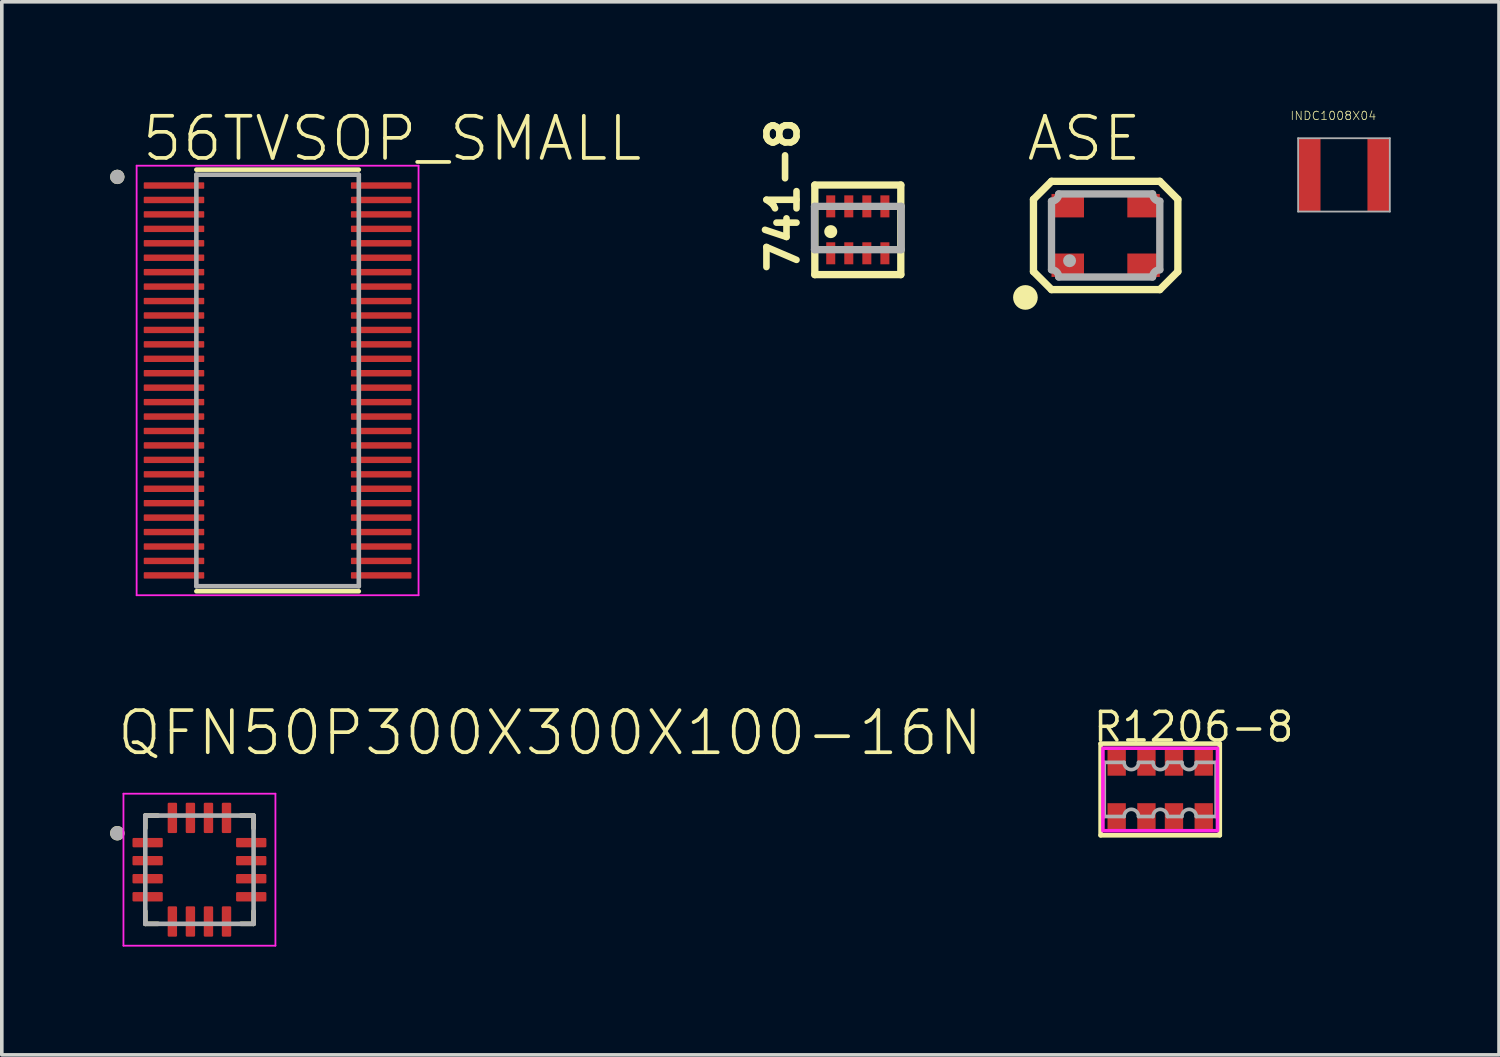
<source format=kicad_pcb>
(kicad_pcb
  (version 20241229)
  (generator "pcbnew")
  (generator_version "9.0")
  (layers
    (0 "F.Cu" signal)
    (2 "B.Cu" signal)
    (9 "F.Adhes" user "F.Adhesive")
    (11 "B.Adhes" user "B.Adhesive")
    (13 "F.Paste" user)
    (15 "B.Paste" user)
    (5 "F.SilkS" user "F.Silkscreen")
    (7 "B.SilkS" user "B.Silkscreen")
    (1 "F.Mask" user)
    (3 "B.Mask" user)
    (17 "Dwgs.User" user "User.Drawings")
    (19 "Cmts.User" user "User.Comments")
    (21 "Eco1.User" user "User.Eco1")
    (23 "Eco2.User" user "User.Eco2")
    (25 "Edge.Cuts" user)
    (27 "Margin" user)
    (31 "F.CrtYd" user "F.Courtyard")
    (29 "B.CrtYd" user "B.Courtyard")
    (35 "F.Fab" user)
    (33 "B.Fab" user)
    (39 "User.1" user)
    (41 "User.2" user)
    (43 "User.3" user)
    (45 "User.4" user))
  (footprint "R1206-8"
    (layer "F.Cu")
    (at 29.091 18.82)
    (property "Reference" "R1206-8" (at -1.905 -1.27 0) (unlocked yes) (layer "F.SilkS") (effects (font (size 0.791 0.791) (thickness 0.098)) (justify left bottom)))
    (fp_line (start -1.651 -1.27) (end 1.651 -1.27) (stroke (width 0.127) (type solid)) (layer "F.SilkS"))
    (fp_line (start -1.651 1.27) (end -1.651 -1.27) (stroke (width 0.127) (type solid)) (layer "F.SilkS"))
    (fp_line (start 1.651 -1.27) (end 1.651 1.27) (stroke (width 0.127) (type solid)) (layer "F.SilkS"))
    (fp_line (start 1.651 1.27) (end -1.651 1.27) (stroke (width 0.127) (type solid)) (layer "F.SilkS"))
    (fp_poly (pts (xy -1.587 1.143) (xy 1.587 1.143) (xy 1.587 -1.143) (xy -1.587 -1.143)) (stroke (width 0.1) (type default)) (fill no) (layer "F.CrtYd"))
    (fp_line (start -1.55 -0.75) (end -1 -0.75) (stroke (width 0.102) (type solid)) (layer "F.Fab"))
    (fp_line (start -1.55 0.75) (end -1.55 -0.75) (stroke (width 0.102) (type solid)) (layer "F.Fab"))
    (fp_line (start -1 0.75) (end -1.55 0.75) (stroke (width 0.102) (type solid)) (layer "F.Fab"))
    (fp_line (start -0.6 -0.75) (end -0.2 -0.75) (stroke (width 0.102) (type solid)) (layer "F.Fab"))
    (fp_line (start -0.2 0.75) (end -0.6 0.75) (stroke (width 0.102) (type solid)) (layer "F.Fab"))
    (fp_line (start 0.2 -0.75) (end 0.6 -0.75) (stroke (width 0.102) (type solid)) (layer "F.Fab"))
    (fp_line (start 0.6 0.75) (end 0.2 0.75) (stroke (width 0.102) (type solid)) (layer "F.Fab"))
    (fp_line (start 1 -0.75) (end 1.55 -0.75) (stroke (width 0.102) (type solid)) (layer "F.Fab"))
    (fp_line (start 1.55 -0.75) (end 1.55 0.75) (stroke (width 0.102) (type solid)) (layer "F.Fab"))
    (fp_line (start 1.55 0.75) (end 1 0.75) (stroke (width 0.102) (type solid)) (layer "F.Fab"))
    (fp_arc (start -1 0.75) (mid -0.8 0.55) (end -0.6 0.75) (stroke (width 0.1016) (type solid)) (layer "F.Fab"))
    (fp_arc (start -0.6 -0.75) (mid -0.8 -0.55) (end -1 -0.75) (stroke (width 0.1016) (type solid)) (layer "F.Fab"))
    (fp_arc (start -0.2 0.75) (mid 0 0.55) (end 0.2 0.75) (stroke (width 0.1016) (type solid)) (layer "F.Fab"))
    (fp_arc (start 0.2 -0.75) (mid 0 -0.55) (end -0.2 -0.75) (stroke (width 0.1016) (type solid)) (layer "F.Fab"))
    (fp_arc (start 0.6 0.75) (mid 0.8 0.55) (end 1 0.75) (stroke (width 0.1016) (type solid)) (layer "F.Fab"))
    (fp_arc (start 1 -0.75) (mid 0.8 -0.55) (end 0.6 -0.75) (stroke (width 0.1016) (type solid)) (layer "F.Fab"))
    (pad "1" smd rect (at -1.206 0.762) (size 0.508 0.762) (layers "F.Cu" "F.Mask" "F.Paste"))
    (pad "2" smd rect (at -0.381 0.762) (size 0.508 0.762) (layers "F.Cu" "F.Mask" "F.Paste"))
    (pad "3" smd rect (at 0.381 0.762) (size 0.508 0.762) (layers "F.Cu" "F.Mask" "F.Paste"))
    (pad "4" smd rect (at 1.206 0.762) (size 0.508 0.762) (layers "F.Cu" "F.Mask" "F.Paste"))
    (pad "5" smd rect (at 1.206 -0.762) (size 0.508 0.762) (layers "F.Cu" "F.Mask" "F.Paste"))
    (pad "6" smd rect (at 0.381 -0.762) (size 0.508 0.762) (layers "F.Cu" "F.Mask" "F.Paste"))
    (pad "7" smd rect (at -0.381 -0.762) (size 0.508 0.762) (layers "F.Cu" "F.Mask" "F.Paste"))
    (pad "8" smd rect (at -1.206 -0.762) (size 0.508 0.762) (layers "F.Cu" "F.Mask" "F.Paste")))
  (footprint "56TVSOP_SMALL"
    (layer "F.Cu")
    (at 4.64 7.49)
    (property "Reference" "56TVSOP_SMALL" (at -3.82 -6.017 0) (unlocked yes) (layer "F.SilkS") (effects (font (size 1.168 1.168) (thickness 0.102)) (justify left bottom)))
    (fp_line (start -2.25 -5.84) (end 2.25 -5.84) (stroke (width 0.127) (type solid)) (layer "F.SilkS"))
    (fp_line (start -2.25 5.84) (end 2.25 5.84) (stroke (width 0.127) (type solid)) (layer "F.SilkS"))
    (fp_circle (center -4.44 -5.64) (end -4.34 -5.64) (stroke (width 0.2) (type solid)) (fill no) (layer "F.SilkS"))
    (fp_line (start -3.905 -5.95) (end -3.905 5.95) (stroke (width 0.05) (type solid)) (layer "F.CrtYd"))
    (fp_line (start -3.905 -5.95) (end 3.905 -5.95) (stroke (width 0.05) (type solid)) (layer "F.CrtYd"))
    (fp_line (start -3.905 5.95) (end 3.905 5.95) (stroke (width 0.05) (type solid)) (layer "F.CrtYd"))
    (fp_line (start 3.905 -5.95) (end 3.905 5.95) (stroke (width 0.05) (type solid)) (layer "F.CrtYd"))
    (fp_line (start -2.25 -5.7) (end -2.25 5.7) (stroke (width 0.127) (type solid)) (layer "F.Fab"))
    (fp_line (start -2.25 -5.7) (end 2.25 -5.7) (stroke (width 0.127) (type solid)) (layer "F.Fab"))
    (fp_line (start -2.25 5.7) (end 2.25 5.7) (stroke (width 0.127) (type solid)) (layer "F.Fab"))
    (fp_line (start 2.25 -5.7) (end 2.25 5.7) (stroke (width 0.127) (type solid)) (layer "F.Fab"))
    (fp_circle (center -4.44 -5.64) (end -4.34 -5.64) (stroke (width 0.2) (type solid)) (fill no) (layer "F.Fab"))
    (pad "1" smd roundrect (at -2.87 -5.4) (size 1.676 0.178) (layers "F.Cu" "F.Mask" "F.Paste") (roundrect_rratio 0.125))
    (pad "2" smd roundrect (at -2.87 -5) (size 1.676 0.178) (layers "F.Cu" "F.Mask" "F.Paste") (roundrect_rratio 0.125))
    (pad "3" smd roundrect (at -2.87 -4.6) (size 1.676 0.178) (layers "F.Cu" "F.Mask" "F.Paste") (roundrect_rratio 0.125))
    (pad "4" smd roundrect (at -2.87 -4.2) (size 1.676 0.178) (layers "F.Cu" "F.Mask" "F.Paste") (roundrect_rratio 0.125))
    (pad "5" smd roundrect (at -2.87 -3.8) (size 1.676 0.178) (layers "F.Cu" "F.Mask" "F.Paste") (roundrect_rratio 0.125))
    (pad "6" smd roundrect (at -2.87 -3.4) (size 1.676 0.178) (layers "F.Cu" "F.Mask" "F.Paste") (roundrect_rratio 0.125))
    (pad "7" smd roundrect (at -2.87 -3) (size 1.676 0.178) (layers "F.Cu" "F.Mask" "F.Paste") (roundrect_rratio 0.125))
    (pad "8" smd roundrect (at -2.87 -2.6) (size 1.676 0.178) (layers "F.Cu" "F.Mask" "F.Paste") (roundrect_rratio 0.125))
    (pad "9" smd roundrect (at -2.87 -2.2) (size 1.676 0.178) (layers "F.Cu" "F.Mask" "F.Paste") (roundrect_rratio 0.125))
    (pad "10" smd roundrect (at -2.87 -1.8) (size 1.676 0.178) (layers "F.Cu" "F.Mask" "F.Paste") (roundrect_rratio 0.125))
    (pad "11" smd roundrect (at -2.87 -1.4) (size 1.676 0.178) (layers "F.Cu" "F.Mask" "F.Paste") (roundrect_rratio 0.125))
    (pad "12" smd roundrect (at -2.87 -1) (size 1.676 0.178) (layers "F.Cu" "F.Mask" "F.Paste") (roundrect_rratio 0.125))
    (pad "13" smd roundrect (at -2.87 -0.6) (size 1.676 0.178) (layers "F.Cu" "F.Mask" "F.Paste") (roundrect_rratio 0.125))
    (pad "14" smd roundrect (at -2.87 -0.2) (size 1.676 0.178) (layers "F.Cu" "F.Mask" "F.Paste") (roundrect_rratio 0.125))
    (pad "15" smd roundrect (at -2.87 0.2) (size 1.676 0.178) (layers "F.Cu" "F.Mask" "F.Paste") (roundrect_rratio 0.125))
    (pad "16" smd roundrect (at -2.87 0.6) (size 1.676 0.178) (layers "F.Cu" "F.Mask" "F.Paste") (roundrect_rratio 0.125))
    (pad "17" smd roundrect (at -2.87 1) (size 1.676 0.178) (layers "F.Cu" "F.Mask" "F.Paste") (roundrect_rratio 0.125))
    (pad "18" smd roundrect (at -2.87 1.4) (size 1.676 0.178) (layers "F.Cu" "F.Mask" "F.Paste") (roundrect_rratio 0.125))
    (pad "19" smd roundrect (at -2.87 1.8) (size 1.676 0.178) (layers "F.Cu" "F.Mask" "F.Paste") (roundrect_rratio 0.125))
    (pad "20" smd roundrect (at -2.87 2.2) (size 1.676 0.178) (layers "F.Cu" "F.Mask" "F.Paste") (roundrect_rratio 0.125))
    (pad "21" smd roundrect (at -2.87 2.6) (size 1.676 0.178) (layers "F.Cu" "F.Mask" "F.Paste") (roundrect_rratio 0.125))
    (pad "22" smd roundrect (at -2.87 3) (size 1.676 0.178) (layers "F.Cu" "F.Mask" "F.Paste") (roundrect_rratio 0.125))
    (pad "23" smd roundrect (at -2.87 3.4) (size 1.676 0.178) (layers "F.Cu" "F.Mask" "F.Paste") (roundrect_rratio 0.125))
    (pad "24" smd roundrect (at -2.87 3.8) (size 1.676 0.178) (layers "F.Cu" "F.Mask" "F.Paste") (roundrect_rratio 0.125))
    (pad "25" smd roundrect (at -2.87 4.2) (size 1.676 0.178) (layers "F.Cu" "F.Mask" "F.Paste") (roundrect_rratio 0.125))
    (pad "26" smd roundrect (at -2.87 4.6) (size 1.676 0.178) (layers "F.Cu" "F.Mask" "F.Paste") (roundrect_rratio 0.125))
    (pad "27" smd roundrect (at -2.87 5) (size 1.676 0.178) (layers "F.Cu" "F.Mask" "F.Paste") (roundrect_rratio 0.125))
    (pad "28" smd roundrect (at -2.87 5.4) (size 1.676 0.178) (layers "F.Cu" "F.Mask" "F.Paste") (roundrect_rratio 0.125))
    (pad "29" smd roundrect (at 2.87 5.4) (size 1.676 0.178) (layers "F.Cu" "F.Mask" "F.Paste") (roundrect_rratio 0.125))
    (pad "30" smd roundrect (at 2.87 5) (size 1.676 0.178) (layers "F.Cu" "F.Mask" "F.Paste") (roundrect_rratio 0.125))
    (pad "31" smd roundrect (at 2.87 4.6) (size 1.676 0.178) (layers "F.Cu" "F.Mask" "F.Paste") (roundrect_rratio 0.125))
    (pad "32" smd roundrect (at 2.87 4.2) (size 1.676 0.178) (layers "F.Cu" "F.Mask" "F.Paste") (roundrect_rratio 0.125))
    (pad "33" smd roundrect (at 2.87 3.8) (size 1.676 0.178) (layers "F.Cu" "F.Mask" "F.Paste") (roundrect_rratio 0.125))
    (pad "34" smd roundrect (at 2.87 3.4) (size 1.676 0.178) (layers "F.Cu" "F.Mask" "F.Paste") (roundrect_rratio 0.125))
    (pad "35" smd roundrect (at 2.87 3) (size 1.676 0.178) (layers "F.Cu" "F.Mask" "F.Paste") (roundrect_rratio 0.125))
    (pad "36" smd roundrect (at 2.87 2.6) (size 1.676 0.178) (layers "F.Cu" "F.Mask" "F.Paste") (roundrect_rratio 0.125))
    (pad "37" smd roundrect (at 2.87 2.2) (size 1.676 0.178) (layers "F.Cu" "F.Mask" "F.Paste") (roundrect_rratio 0.125))
    (pad "38" smd roundrect (at 2.87 1.8) (size 1.676 0.178) (layers "F.Cu" "F.Mask" "F.Paste") (roundrect_rratio 0.125))
    (pad "39" smd roundrect (at 2.87 1.4) (size 1.676 0.178) (layers "F.Cu" "F.Mask" "F.Paste") (roundrect_rratio 0.125))
    (pad "40" smd roundrect (at 2.87 1) (size 1.676 0.178) (layers "F.Cu" "F.Mask" "F.Paste") (roundrect_rratio 0.125))
    (pad "41" smd roundrect (at 2.87 0.6) (size 1.676 0.178) (layers "F.Cu" "F.Mask" "F.Paste") (roundrect_rratio 0.125))
    (pad "42" smd roundrect (at 2.87 0.2) (size 1.676 0.178) (layers "F.Cu" "F.Mask" "F.Paste") (roundrect_rratio 0.125))
    (pad "43" smd roundrect (at 2.87 -0.2) (size 1.676 0.178) (layers "F.Cu" "F.Mask" "F.Paste") (roundrect_rratio 0.125))
    (pad "44" smd roundrect (at 2.87 -0.6) (size 1.676 0.178) (layers "F.Cu" "F.Mask" "F.Paste") (roundrect_rratio 0.125))
    (pad "45" smd roundrect (at 2.87 -1) (size 1.676 0.178) (layers "F.Cu" "F.Mask" "F.Paste") (roundrect_rratio 0.125))
    (pad "46" smd roundrect (at 2.87 -1.4) (size 1.676 0.178) (layers "F.Cu" "F.Mask" "F.Paste") (roundrect_rratio 0.125))
    (pad "47" smd roundrect (at 2.87 -1.8) (size 1.676 0.178) (layers "F.Cu" "F.Mask" "F.Paste") (roundrect_rratio 0.125))
    (pad "48" smd roundrect (at 2.87 -2.2) (size 1.676 0.178) (layers "F.Cu" "F.Mask" "F.Paste") (roundrect_rratio 0.125))
    (pad "49" smd roundrect (at 2.87 -2.6) (size 1.676 0.178) (layers "F.Cu" "F.Mask" "F.Paste") (roundrect_rratio 0.125))
    (pad "50" smd roundrect (at 2.87 -3) (size 1.676 0.178) (layers "F.Cu" "F.Mask" "F.Paste") (roundrect_rratio 0.125))
    (pad "51" smd roundrect (at 2.87 -3.4) (size 1.676 0.178) (layers "F.Cu" "F.Mask" "F.Paste") (roundrect_rratio 0.125))
    (pad "52" smd roundrect (at 2.87 -3.8) (size 1.676 0.178) (layers "F.Cu" "F.Mask" "F.Paste") (roundrect_rratio 0.125))
    (pad "53" smd roundrect (at 2.87 -4.2) (size 1.676 0.178) (layers "F.Cu" "F.Mask" "F.Paste") (roundrect_rratio 0.125))
    (pad "54" smd roundrect (at 2.87 -4.6) (size 1.676 0.178) (layers "F.Cu" "F.Mask" "F.Paste") (roundrect_rratio 0.125))
    (pad "55" smd roundrect (at 2.87 -5) (size 1.676 0.178) (layers "F.Cu" "F.Mask" "F.Paste") (roundrect_rratio 0.125))
    (pad "56" smd roundrect (at 2.87 -5.4) (size 1.676 0.178) (layers "F.Cu" "F.Mask" "F.Paste") (roundrect_rratio 0.125)))
  (footprint "INDC1008X04"
    (layer "F.Cu")
    (at 34.182 1.795)
    (property "Reference" "INDC1008X04" (at -1.501 -1.501 0) (unlocked yes) (layer "F.SilkS") (effects (font (size 0.234 0.234) (thickness 0.02)) (justify left bottom)))
    (fp_line (start -1.27 -1.016) (end -1.27 1.016) (stroke (width 0.05) (type solid)) (layer "F.Fab"))
    (fp_line (start -1.27 1.016) (end 1.27 1.016) (stroke (width 0.05) (type solid)) (layer "F.Fab"))
    (fp_line (start 1.27 -1.016) (end -1.27 -1.016) (stroke (width 0.05) (type solid)) (layer "F.Fab"))
    (fp_line (start 1.27 1.016) (end 1.27 -1.016) (stroke (width 0.05) (type solid)) (layer "F.Fab"))
    (pad "1" smd rect (at -0.95 0 90) (size 2 0.6) (layers "F.Cu" "F.Mask" "F.Paste"))
    (pad "2" smd rect (at 0.95 0 90) (size 2 0.6) (layers "F.Cu" "F.Mask" "F.Paste")))
  (footprint "741-8"
    (layer "F.Cu")
    (at 20.714 3.317)
    (property "Reference" "741-8" (at -1.587 1.27 90) (unlocked yes) (layer "F.SilkS") (effects (font (size 0.833 0.833) (thickness 0.183)) (justify left bottom)))
    (fp_line (start -1.191 -1.241) (end 1.191 -1.241) (stroke (width 0.203) (type solid)) (layer "F.SilkS"))
    (fp_line (start -1.191 1.241) (end -1.191 -1.241) (stroke (width 0.203) (type solid)) (layer "F.SilkS"))
    (fp_line (start 1.191 -1.241) (end 1.191 1.241) (stroke (width 0.203) (type solid)) (layer "F.SilkS"))
    (fp_line (start 1.191 1.241) (end -1.191 1.241) (stroke (width 0.203) (type solid)) (layer "F.SilkS"))
    (fp_circle (center -0.75 0.05) (end -0.66 0.05) (stroke (width 0.18) (type solid)) (fill yes) (layer "F.SilkS"))
    (fp_line (start -1.2 -0.65) (end -1.2 0.55) (stroke (width 0.203) (type solid)) (layer "F.Fab"))
    (fp_line (start -1.2 -0.65) (end 1.2 -0.65) (stroke (width 0.203) (type solid)) (layer "F.Fab"))
    (fp_line (start -1.2 0.55) (end 1.2 0.55) (stroke (width 0.203) (type solid)) (layer "F.Fab"))
    (fp_line (start 1.2 -0.65) (end 1.2 0.55) (stroke (width 0.203) (type solid)) (layer "F.Fab"))
    (pad "1" smd rect (at -0.75 0.65) (size 0.25 0.61) (layers "F.Cu" "F.Mask" "F.Paste"))
    (pad "2" smd rect (at -0.25 0.65) (size 0.25 0.61) (layers "F.Cu" "F.Mask" "F.Paste"))
    (pad "3" smd rect (at 0.25 0.65) (size 0.25 0.61) (layers "F.Cu" "F.Mask" "F.Paste"))
    (pad "4" smd rect (at 0.75 0.65) (size 0.25 0.61) (layers "F.Cu" "F.Mask" "F.Paste"))
    (pad "5" smd rect (at 0.75 -0.65) (size 0.25 0.61) (layers "F.Cu" "F.Mask" "F.Paste"))
    (pad "6" smd rect (at 0.25 -0.65) (size 0.25 0.61) (layers "F.Cu" "F.Mask" "F.Paste"))
    (pad "7" smd rect (at -0.25 -0.65) (size 0.25 0.61) (layers "F.Cu" "F.Mask" "F.Paste"))
    (pad "8" smd rect (at -0.75 -0.65) (size 0.25 0.61) (layers "F.Cu" "F.Mask" "F.Paste")))
  (footprint "QFN50P300X300X100-16N"
    (layer "F.Cu")
    (at 2.475 21.043)
    (property "Reference" "QFN50P300X300X100-16N" (at -2.34 -3.105 0) (unlocked yes) (layer "F.SilkS") (effects (font (size 1.168 1.168) (thickness 0.102)) (justify left bottom)))
    (fp_line (start -1.5 -1.5) (end -1.5 -1.15) (stroke (width 0.127) (type solid)) (layer "F.SilkS"))
    (fp_line (start -1.5 -1.5) (end -1.15 -1.5) (stroke (width 0.127) (type solid)) (layer "F.SilkS"))
    (fp_line (start -1.5 1.5) (end -1.5 1.15) (stroke (width 0.127) (type solid)) (layer "F.SilkS"))
    (fp_line (start -1.5 1.5) (end -1.15 1.5) (stroke (width 0.127) (type solid)) (layer "F.SilkS"))
    (fp_line (start 1.5 -1.5) (end 1.15 -1.5) (stroke (width 0.127) (type solid)) (layer "F.SilkS"))
    (fp_line (start 1.5 -1.5) (end 1.5 -1.15) (stroke (width 0.127) (type solid)) (layer "F.SilkS"))
    (fp_line (start 1.5 1.5) (end 1.15 1.5) (stroke (width 0.127) (type solid)) (layer "F.SilkS"))
    (fp_line (start 1.5 1.5) (end 1.5 1.15) (stroke (width 0.127) (type solid)) (layer "F.SilkS"))
    (fp_circle (center -2.275 -1.01) (end -2.175 -1.01) (stroke (width 0.2) (type solid)) (fill yes) (layer "F.SilkS"))
    (fp_line (start -2.105 -2.105) (end 2.105 -2.105) (stroke (width 0.05) (type solid)) (layer "F.CrtYd"))
    (fp_line (start -2.105 2.105) (end -2.105 -2.105) (stroke (width 0.05) (type solid)) (layer "F.CrtYd"))
    (fp_line (start -2.105 2.105) (end 2.105 2.105) (stroke (width 0.05) (type solid)) (layer "F.CrtYd"))
    (fp_line (start 2.105 2.105) (end 2.105 -2.105) (stroke (width 0.05) (type solid)) (layer "F.CrtYd"))
    (fp_line (start -1.5 1.5) (end -1.5 -1.5) (stroke (width 0.127) (type solid)) (layer "F.Fab"))
    (fp_line (start 1.5 -1.5) (end -1.5 -1.5) (stroke (width 0.127) (type solid)) (layer "F.Fab"))
    (fp_line (start 1.5 1.5) (end -1.5 1.5) (stroke (width 0.127) (type solid)) (layer "F.Fab"))
    (fp_line (start 1.5 1.5) (end 1.5 -1.5) (stroke (width 0.127) (type solid)) (layer "F.Fab"))
    (fp_circle (center -2.275 -1.01) (end -2.175 -1.01) (stroke (width 0.2) (type solid)) (fill no) (layer "F.Fab"))
    (pad "1" smd roundrect (at -1.435 -0.75) (size 0.84 0.26) (layers "F.Cu" "F.Mask" "F.Paste") (roundrect_rratio 0.125))
    (pad "2" smd roundrect (at -1.435 -0.25) (size 0.84 0.26) (layers "F.Cu" "F.Mask" "F.Paste") (roundrect_rratio 0.125))
    (pad "3" smd roundrect (at -1.435 0.25) (size 0.84 0.26) (layers "F.Cu" "F.Mask" "F.Paste") (roundrect_rratio 0.125))
    (pad "4" smd roundrect (at -1.435 0.75) (size 0.84 0.26) (layers "F.Cu" "F.Mask" "F.Paste") (roundrect_rratio 0.125))
    (pad "5" smd roundrect (at -0.75 1.435 90) (size 0.84 0.26) (layers "F.Cu" "F.Mask" "F.Paste") (roundrect_rratio 0.125))
    (pad "6" smd roundrect (at -0.25 1.435 90) (size 0.84 0.26) (layers "F.Cu" "F.Mask" "F.Paste") (roundrect_rratio 0.125))
    (pad "7" smd roundrect (at 0.25 1.435 90) (size 0.84 0.26) (layers "F.Cu" "F.Mask" "F.Paste") (roundrect_rratio 0.125))
    (pad "8" smd roundrect (at 0.75 1.435 90) (size 0.84 0.26) (layers "F.Cu" "F.Mask" "F.Paste") (roundrect_rratio 0.125))
    (pad "9" smd roundrect (at 1.435 0.75) (size 0.84 0.26) (layers "F.Cu" "F.Mask" "F.Paste") (roundrect_rratio 0.125))
    (pad "10" smd roundrect (at 1.435 0.25) (size 0.84 0.26) (layers "F.Cu" "F.Mask" "F.Paste") (roundrect_rratio 0.125))
    (pad "11" smd roundrect (at 1.435 -0.25) (size 0.84 0.26) (layers "F.Cu" "F.Mask" "F.Paste") (roundrect_rratio 0.125))
    (pad "12" smd roundrect (at 1.435 -0.75) (size 0.84 0.26) (layers "F.Cu" "F.Mask" "F.Paste") (roundrect_rratio 0.125))
    (pad "13" smd roundrect (at 0.75 -1.435 90) (size 0.84 0.26) (layers "F.Cu" "F.Mask" "F.Paste") (roundrect_rratio 0.125))
    (pad "14" smd roundrect (at 0.25 -1.435 90) (size 0.84 0.26) (layers "F.Cu" "F.Mask" "F.Paste") (roundrect_rratio 0.125))
    (pad "15" smd roundrect (at -0.25 -1.435 90) (size 0.84 0.26) (layers "F.Cu" "F.Mask" "F.Paste") (roundrect_rratio 0.125))
    (pad "16" smd roundrect (at -0.75 -1.435 90) (size 0.84 0.26) (layers "F.Cu" "F.Mask" "F.Paste") (roundrect_rratio 0.125)))
  (footprint "ASE"
    (layer "F.Cu")
    (at 27.58 3.473)
    (property "Reference" "ASE" (at -2.25 -2 0) (unlocked yes) (layer "F.SilkS") (effects (font (size 1.168 1.168) (thickness 0.102)) (justify left bottom)))
    (fp_line (start -2 -1) (end -1.5 -1.5) (stroke (width 0.203) (type solid)) (layer "F.SilkS"))
    (fp_line (start -2 1) (end -2 -1) (stroke (width 0.203) (type solid)) (layer "F.SilkS"))
    (fp_line (start -1.5 -1.5) (end 1.5 -1.5) (stroke (width 0.203) (type solid)) (layer "F.SilkS"))
    (fp_line (start -1.5 1.5) (end -2 1) (stroke (width 0.203) (type solid)) (layer "F.SilkS"))
    (fp_line (start 1.5 -1.5) (end 2 -1) (stroke (width 0.203) (type solid)) (layer "F.SilkS"))
    (fp_line (start 1.5 1.5) (end -1.5 1.5) (stroke (width 0.203) (type solid)) (layer "F.SilkS"))
    (fp_line (start 2 -1) (end 2 1) (stroke (width 0.203) (type solid)) (layer "F.SilkS"))
    (fp_line (start 2 1) (end 1.5 1.5) (stroke (width 0.203) (type solid)) (layer "F.SilkS"))
    (fp_circle (center -2.223 1.717) (end -2.052 1.717) (stroke (width 0.341) (type solid)) (fill yes) (layer "F.SilkS"))
    (fp_line (start -1.5 0.95) (end -1.5 -0.95) (stroke (width 0.203) (type solid)) (layer "F.Fab"))
    (fp_line (start -1.3 -1.15) (end 1.3 -1.15) (stroke (width 0.203) (type solid)) (layer "F.Fab"))
    (fp_line (start 1.3 1.15) (end -1.3 1.15) (stroke (width 0.203) (type solid)) (layer "F.Fab"))
    (fp_line (start 1.5 -0.95) (end 1.5 0.95) (stroke (width 0.203) (type solid)) (layer "F.Fab"))
    (fp_arc (start -1.5 0.95) (mid -1.358579 1.008579) (end -1.3 1.15) (stroke (width 0.2032) (type solid)) (layer "F.Fab"))
    (fp_arc (start -1.3 -1.15) (mid -1.358579 -1.008579) (end -1.5 -0.95) (stroke (width 0.2032) (type solid)) (layer "F.Fab"))
    (fp_arc (start 1.3 1.15) (mid 1.358579 1.008579) (end 1.5 0.95) (stroke (width 0.2032) (type solid)) (layer "F.Fab"))
    (fp_arc (start 1.5 -0.95) (mid 1.358579 -1.008579) (end 1.3 -1.15) (stroke (width 0.2032) (type solid)) (layer "F.Fab"))
    (fp_circle (center -1 0.7) (end -0.91 0.7) (stroke (width 0.18) (type solid)) (fill no) (layer "F.Fab"))
    (pad "1" smd rect (at -1.05 0.825) (size 0.9 0.65) (layers "F.Cu" "F.Mask" "F.Paste"))
    (pad "2" smd rect (at 1.05 0.825) (size 0.9 0.65) (layers "F.Cu" "F.Mask" "F.Paste"))
    (pad "3" smd rect (at 1.05 -0.825 180) (size 0.9 0.65) (layers "F.Cu" "F.Mask" "F.Paste"))
    (pad "4" smd rect (at -1.05 -0.825 180) (size 0.9 0.65) (layers "F.Cu" "F.Mask" "F.Paste")))
  (gr_rect
    (start -3 -3)
    (end 38.477 26.173)
    (stroke (width 0.1) (type default))
    (fill no)
    (layer "Edge.Cuts")))
</source>
